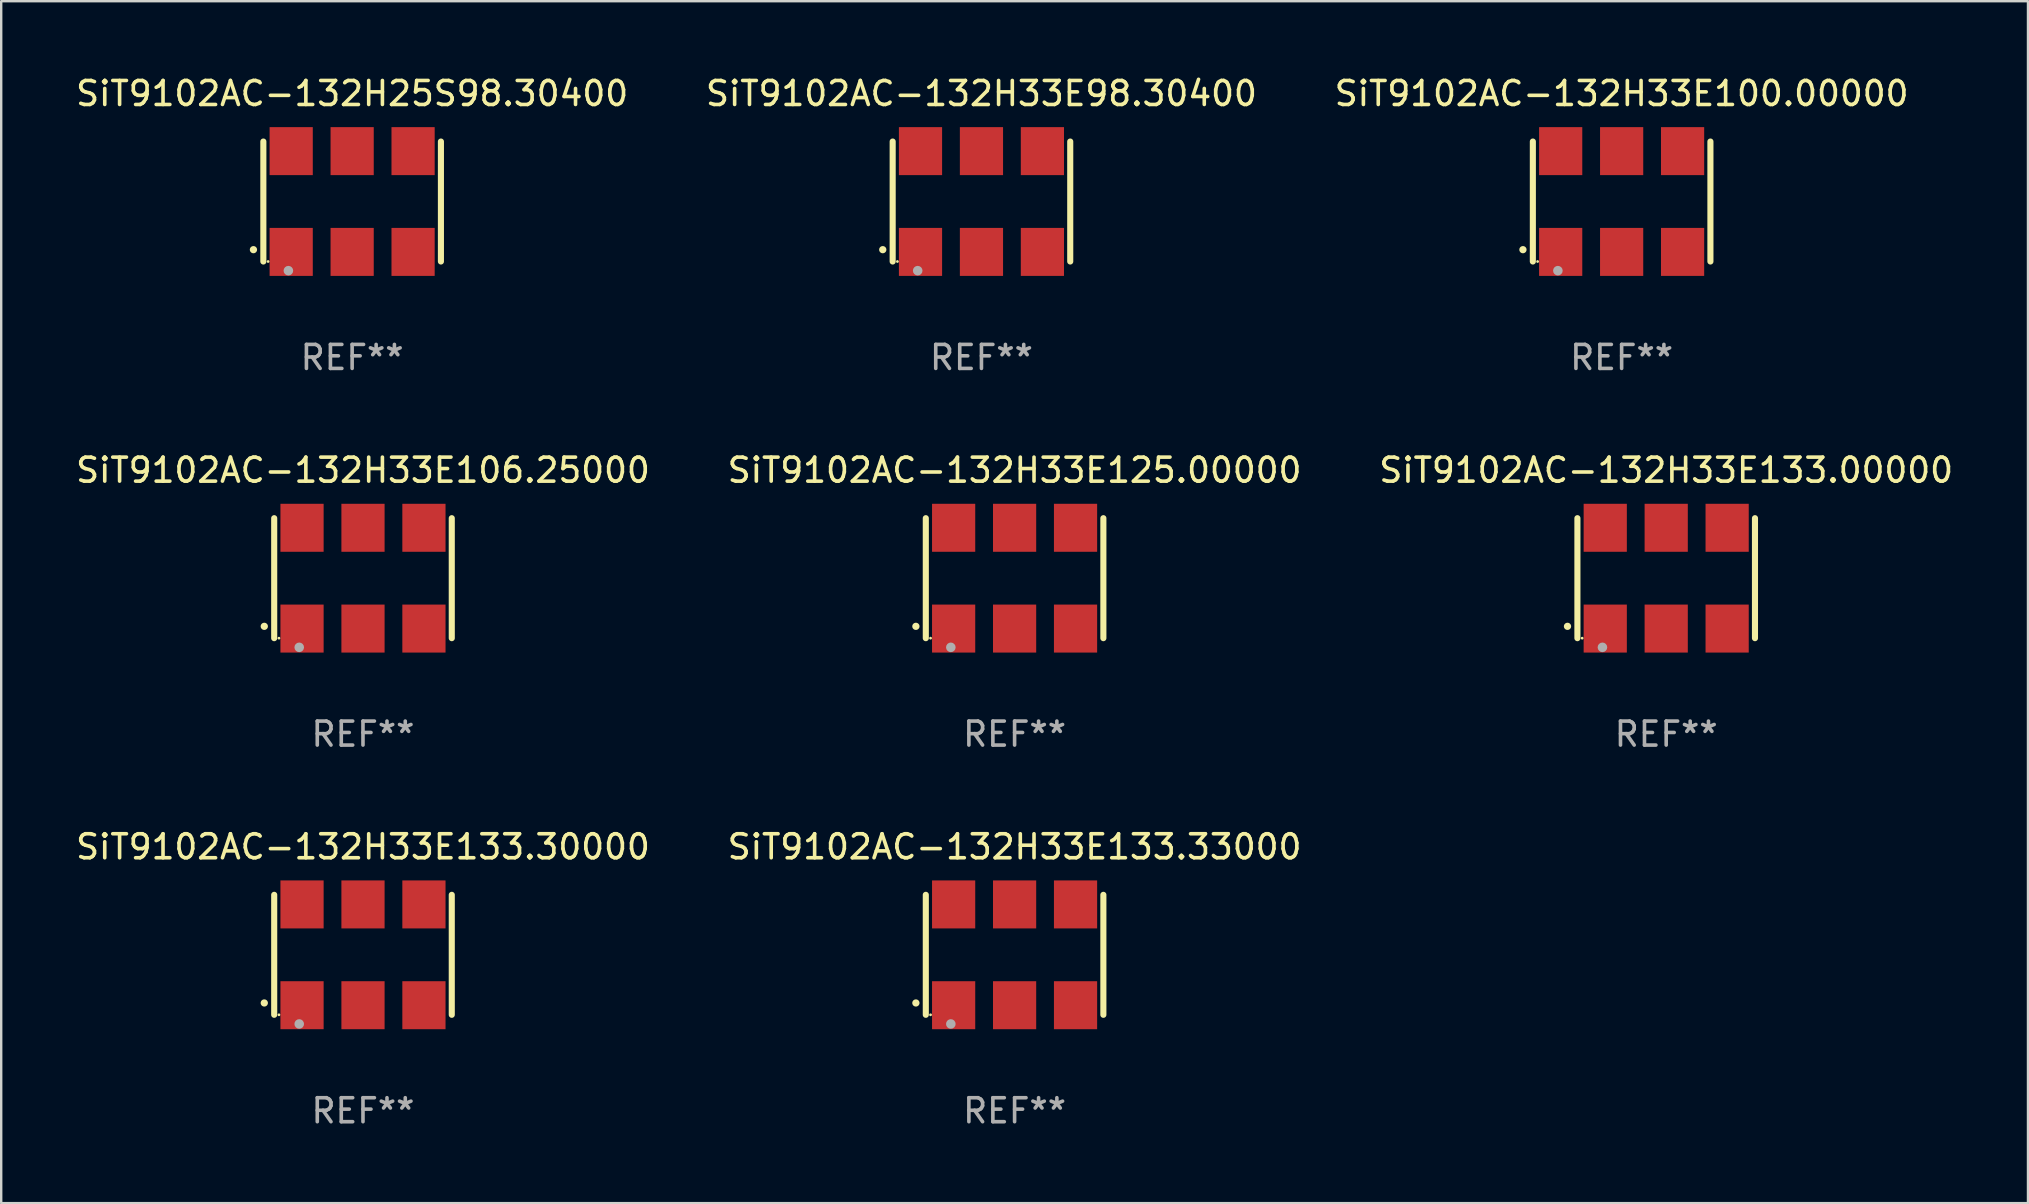
<source format=kicad_pcb>
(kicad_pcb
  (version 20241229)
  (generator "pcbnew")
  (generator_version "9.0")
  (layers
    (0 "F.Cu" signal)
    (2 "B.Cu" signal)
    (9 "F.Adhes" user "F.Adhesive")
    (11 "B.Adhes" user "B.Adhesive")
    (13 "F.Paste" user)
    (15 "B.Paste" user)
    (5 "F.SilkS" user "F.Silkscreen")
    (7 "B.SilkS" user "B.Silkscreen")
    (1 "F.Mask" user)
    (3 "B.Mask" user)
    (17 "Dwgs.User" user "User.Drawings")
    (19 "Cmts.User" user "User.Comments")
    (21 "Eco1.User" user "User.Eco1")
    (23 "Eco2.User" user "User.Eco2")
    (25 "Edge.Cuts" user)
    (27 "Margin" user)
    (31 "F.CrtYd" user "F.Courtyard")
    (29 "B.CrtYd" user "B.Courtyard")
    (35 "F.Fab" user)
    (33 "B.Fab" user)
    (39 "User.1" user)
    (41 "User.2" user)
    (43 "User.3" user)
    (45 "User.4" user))
  (footprint "SiT9102AC-132H33E98.30400"
    (layer "F.Cu")
    (at 37.851 5.348)
    (property "Reference" "SiT9102AC-132H33E98.30400" (at 0 -4.5 0) (layer "F.SilkS") (effects (font (size 1 1) (thickness 0.15))))
    (attr through_hole)
    (fp_line (start -3.7 -2.5) (end -3.7 2.5) (stroke (width 0.254) (type solid)) (layer "F.SilkS"))
    (fp_line (start 3.7 -2.5) (end 3.7 2.5) (stroke (width 0.254) (type solid)) (layer "F.SilkS"))
    (fp_arc (start -4.114415 2.006604) (mid -4.113145 2.006599) (end -4.111875 2.006604) (stroke (width 0.3) (type solid)) (layer "F.SilkS"))
    (fp_circle (center -3.502 2.5) (end -3.472 2.5) (stroke (width 0.06) (type solid)) (fill no) (layer "F.SilkS"))
    (fp_circle (center -2.657 2.882) (end -2.557 2.882) (stroke (width 0.2) (type solid)) (fill no) (layer "F.Fab"))
    (fp_text user "REF**" (at 0 6.5 0) (layer "F.Fab") (effects (font (size 1 1) (thickness 0.15))))
    (pad "1" smd rect (at -2.54 2.1) (size 1.8 2) (layers "F.Cu" "F.Mask" "F.Paste"))
    (pad "2" smd rect (at 0.000394 2.1) (size 1.8 2) (layers "F.Cu" "F.Mask" "F.Paste"))
    (pad "3" smd rect (at 2.54 2.1) (size 1.8 2) (layers "F.Cu" "F.Mask" "F.Paste"))
    (pad "4" smd rect (at 2.54 -2.1) (size 1.8 2) (layers "F.Cu" "F.Mask" "F.Paste"))
    (pad "5" smd rect (at 0.000394 -2.1) (size 1.8 2) (layers "F.Cu" "F.Mask" "F.Paste"))
    (pad "6" smd rect (at -2.54 -2.1) (size 1.8 2) (layers "F.Cu" "F.Mask" "F.Paste")))
  (footprint "SiT9102AC-132H33E125.00000"
    (layer "F.Cu")
    (at 39.232 21.045)
    (property "Reference" "SiT9102AC-132H33E125.00000" (at 0 -4.5 0) (layer "F.SilkS") (effects (font (size 1 1) (thickness 0.15))))
    (attr through_hole)
    (fp_line (start -3.7 -2.5) (end -3.7 2.5) (stroke (width 0.254) (type solid)) (layer "F.SilkS"))
    (fp_line (start 3.7 -2.5) (end 3.7 2.5) (stroke (width 0.254) (type solid)) (layer "F.SilkS"))
    (fp_arc (start -4.114415 2.006604) (mid -4.113145 2.006599) (end -4.111875 2.006604) (stroke (width 0.3) (type solid)) (layer "F.SilkS"))
    (fp_circle (center -3.502 2.5) (end -3.472 2.5) (stroke (width 0.06) (type solid)) (fill no) (layer "F.SilkS"))
    (fp_circle (center -2.657 2.882) (end -2.557 2.882) (stroke (width 0.2) (type solid)) (fill no) (layer "F.Fab"))
    (fp_text user "REF**" (at 0 6.5 0) (layer "F.Fab") (effects (font (size 1 1) (thickness 0.15))))
    (pad "1" smd rect (at -2.54 2.1) (size 1.8 2) (layers "F.Cu" "F.Mask" "F.Paste"))
    (pad "2" smd rect (at 0.000394 2.1) (size 1.8 2) (layers "F.Cu" "F.Mask" "F.Paste"))
    (pad "3" smd rect (at 2.54 2.1) (size 1.8 2) (layers "F.Cu" "F.Mask" "F.Paste"))
    (pad "4" smd rect (at 2.54 -2.1) (size 1.8 2) (layers "F.Cu" "F.Mask" "F.Paste"))
    (pad "5" smd rect (at 0.000394 -2.1) (size 1.8 2) (layers "F.Cu" "F.Mask" "F.Paste"))
    (pad "6" smd rect (at -2.54 -2.1) (size 1.8 2) (layers "F.Cu" "F.Mask" "F.Paste")))
  (footprint "SiT9102AC-132H33E133.30000"
    (layer "F.Cu")
    (at 12.077 36.741)
    (property "Reference" "SiT9102AC-132H33E133.30000" (at 0 -4.5 0) (layer "F.SilkS") (effects (font (size 1 1) (thickness 0.15))))
    (attr through_hole)
    (fp_line (start -3.7 -2.5) (end -3.7 2.5) (stroke (width 0.254) (type solid)) (layer "F.SilkS"))
    (fp_line (start 3.7 -2.5) (end 3.7 2.5) (stroke (width 0.254) (type solid)) (layer "F.SilkS"))
    (fp_arc (start -4.114415 2.006604) (mid -4.113145 2.006599) (end -4.111875 2.006604) (stroke (width 0.3) (type solid)) (layer "F.SilkS"))
    (fp_circle (center -3.502 2.5) (end -3.472 2.5) (stroke (width 0.06) (type solid)) (fill no) (layer "F.SilkS"))
    (fp_circle (center -2.657 2.882) (end -2.557 2.882) (stroke (width 0.2) (type solid)) (fill no) (layer "F.Fab"))
    (fp_text user "REF**" (at 0 6.5 0) (layer "F.Fab") (effects (font (size 1 1) (thickness 0.15))))
    (pad "1" smd rect (at -2.54 2.1) (size 1.8 2) (layers "F.Cu" "F.Mask" "F.Paste"))
    (pad "2" smd rect (at 0.000394 2.1) (size 1.8 2) (layers "F.Cu" "F.Mask" "F.Paste"))
    (pad "3" smd rect (at 2.54 2.1) (size 1.8 2) (layers "F.Cu" "F.Mask" "F.Paste"))
    (pad "4" smd rect (at 2.54 -2.1) (size 1.8 2) (layers "F.Cu" "F.Mask" "F.Paste"))
    (pad "5" smd rect (at 0.000394 -2.1) (size 1.8 2) (layers "F.Cu" "F.Mask" "F.Paste"))
    (pad "6" smd rect (at -2.54 -2.1) (size 1.8 2) (layers "F.Cu" "F.Mask" "F.Paste")))
  (footprint "SiT9102AC-132H33E133.33000"
    (layer "F.Cu")
    (at 39.232 36.741)
    (property "Reference" "SiT9102AC-132H33E133.33000" (at 0 -4.5 0) (layer "F.SilkS") (effects (font (size 1 1) (thickness 0.15))))
    (attr through_hole)
    (fp_line (start -3.7 -2.5) (end -3.7 2.5) (stroke (width 0.254) (type solid)) (layer "F.SilkS"))
    (fp_line (start 3.7 -2.5) (end 3.7 2.5) (stroke (width 0.254) (type solid)) (layer "F.SilkS"))
    (fp_arc (start -4.114415 2.006604) (mid -4.113145 2.006599) (end -4.111875 2.006604) (stroke (width 0.3) (type solid)) (layer "F.SilkS"))
    (fp_circle (center -3.502 2.5) (end -3.472 2.5) (stroke (width 0.06) (type solid)) (fill no) (layer "F.SilkS"))
    (fp_circle (center -2.657 2.882) (end -2.557 2.882) (stroke (width 0.2) (type solid)) (fill no) (layer "F.Fab"))
    (fp_text user "REF**" (at 0 6.5 0) (layer "F.Fab") (effects (font (size 1 1) (thickness 0.15))))
    (pad "1" smd rect (at -2.54 2.1) (size 1.8 2) (layers "F.Cu" "F.Mask" "F.Paste"))
    (pad "2" smd rect (at 0.000394 2.1) (size 1.8 2) (layers "F.Cu" "F.Mask" "F.Paste"))
    (pad "3" smd rect (at 2.54 2.1) (size 1.8 2) (layers "F.Cu" "F.Mask" "F.Paste"))
    (pad "4" smd rect (at 2.54 -2.1) (size 1.8 2) (layers "F.Cu" "F.Mask" "F.Paste"))
    (pad "5" smd rect (at 0.000394 -2.1) (size 1.8 2) (layers "F.Cu" "F.Mask" "F.Paste"))
    (pad "6" smd rect (at -2.54 -2.1) (size 1.8 2) (layers "F.Cu" "F.Mask" "F.Paste")))
  (footprint "SiT9102AC-132H25S98.30400"
    (layer "F.Cu")
    (at 11.625 5.348)
    (property "Reference" "SiT9102AC-132H25S98.30400" (at 0 -4.5 0) (layer "F.SilkS") (effects (font (size 1 1) (thickness 0.15))))
    (attr through_hole)
    (fp_line (start -3.7 -2.5) (end -3.7 2.5) (stroke (width 0.254) (type solid)) (layer "F.SilkS"))
    (fp_line (start 3.7 -2.5) (end 3.7 2.5) (stroke (width 0.254) (type solid)) (layer "F.SilkS"))
    (fp_arc (start -4.114415 2.006604) (mid -4.113145 2.006599) (end -4.111875 2.006604) (stroke (width 0.3) (type solid)) (layer "F.SilkS"))
    (fp_circle (center -3.502 2.5) (end -3.472 2.5) (stroke (width 0.06) (type solid)) (fill no) (layer "F.SilkS"))
    (fp_circle (center -2.657 2.882) (end -2.557 2.882) (stroke (width 0.2) (type solid)) (fill no) (layer "F.Fab"))
    (fp_text user "REF**" (at 0 6.5 0) (layer "F.Fab") (effects (font (size 1 1) (thickness 0.15))))
    (pad "1" smd rect (at -2.54 2.1) (size 1.8 2) (layers "F.Cu" "F.Mask" "F.Paste"))
    (pad "2" smd rect (at 0.000394 2.1) (size 1.8 2) (layers "F.Cu" "F.Mask" "F.Paste"))
    (pad "3" smd rect (at 2.54 2.1) (size 1.8 2) (layers "F.Cu" "F.Mask" "F.Paste"))
    (pad "4" smd rect (at 2.54 -2.1) (size 1.8 2) (layers "F.Cu" "F.Mask" "F.Paste"))
    (pad "5" smd rect (at 0.000394 -2.1) (size 1.8 2) (layers "F.Cu" "F.Mask" "F.Paste"))
    (pad "6" smd rect (at -2.54 -2.1) (size 1.8 2) (layers "F.Cu" "F.Mask" "F.Paste")))
  (footprint "SiT9102AC-132H33E100.00000"
    (layer "F.Cu")
    (at 64.53 5.348)
    (property "Reference" "SiT9102AC-132H33E100.00000" (at 0 -4.5 0) (layer "F.SilkS") (effects (font (size 1 1) (thickness 0.15))))
    (attr through_hole)
    (fp_line (start -3.7 -2.5) (end -3.7 2.5) (stroke (width 0.254) (type solid)) (layer "F.SilkS"))
    (fp_line (start 3.7 -2.5) (end 3.7 2.5) (stroke (width 0.254) (type solid)) (layer "F.SilkS"))
    (fp_arc (start -4.114415 2.006604) (mid -4.113145 2.006599) (end -4.111875 2.006604) (stroke (width 0.3) (type solid)) (layer "F.SilkS"))
    (fp_circle (center -3.502 2.5) (end -3.472 2.5) (stroke (width 0.06) (type solid)) (fill no) (layer "F.SilkS"))
    (fp_circle (center -2.657 2.882) (end -2.557 2.882) (stroke (width 0.2) (type solid)) (fill no) (layer "F.Fab"))
    (fp_text user "REF**" (at 0 6.5 0) (layer "F.Fab") (effects (font (size 1 1) (thickness 0.15))))
    (pad "1" smd rect (at -2.54 2.1) (size 1.8 2) (layers "F.Cu" "F.Mask" "F.Paste"))
    (pad "2" smd rect (at 0.000394 2.1) (size 1.8 2) (layers "F.Cu" "F.Mask" "F.Paste"))
    (pad "3" smd rect (at 2.54 2.1) (size 1.8 2) (layers "F.Cu" "F.Mask" "F.Paste"))
    (pad "4" smd rect (at 2.54 -2.1) (size 1.8 2) (layers "F.Cu" "F.Mask" "F.Paste"))
    (pad "5" smd rect (at 0.000394 -2.1) (size 1.8 2) (layers "F.Cu" "F.Mask" "F.Paste"))
    (pad "6" smd rect (at -2.54 -2.1) (size 1.8 2) (layers "F.Cu" "F.Mask" "F.Paste")))
  (footprint "SiT9102AC-132H33E106.25000"
    (layer "F.Cu")
    (at 12.077 21.045)
    (property "Reference" "SiT9102AC-132H33E106.25000" (at 0 -4.5 0) (layer "F.SilkS") (effects (font (size 1 1) (thickness 0.15))))
    (attr through_hole)
    (fp_line (start -3.7 -2.5) (end -3.7 2.5) (stroke (width 0.254) (type solid)) (layer "F.SilkS"))
    (fp_line (start 3.7 -2.5) (end 3.7 2.5) (stroke (width 0.254) (type solid)) (layer "F.SilkS"))
    (fp_arc (start -4.114415 2.006604) (mid -4.113145 2.006599) (end -4.111875 2.006604) (stroke (width 0.3) (type solid)) (layer "F.SilkS"))
    (fp_circle (center -3.502 2.5) (end -3.472 2.5) (stroke (width 0.06) (type solid)) (fill no) (layer "F.SilkS"))
    (fp_circle (center -2.657 2.882) (end -2.557 2.882) (stroke (width 0.2) (type solid)) (fill no) (layer "F.Fab"))
    (fp_text user "REF**" (at 0 6.5 0) (layer "F.Fab") (effects (font (size 1 1) (thickness 0.15))))
    (pad "1" smd rect (at -2.54 2.1) (size 1.8 2) (layers "F.Cu" "F.Mask" "F.Paste"))
    (pad "2" smd rect (at 0.000394 2.1) (size 1.8 2) (layers "F.Cu" "F.Mask" "F.Paste"))
    (pad "3" smd rect (at 2.54 2.1) (size 1.8 2) (layers "F.Cu" "F.Mask" "F.Paste"))
    (pad "4" smd rect (at 2.54 -2.1) (size 1.8 2) (layers "F.Cu" "F.Mask" "F.Paste"))
    (pad "5" smd rect (at 0.000394 -2.1) (size 1.8 2) (layers "F.Cu" "F.Mask" "F.Paste"))
    (pad "6" smd rect (at -2.54 -2.1) (size 1.8 2) (layers "F.Cu" "F.Mask" "F.Paste")))
  (footprint "SiT9102AC-132H33E133.00000"
    (layer "F.Cu")
    (at 66.387 21.045)
    (property "Reference" "SiT9102AC-132H33E133.00000" (at 0 -4.5 0) (layer "F.SilkS") (effects (font (size 1 1) (thickness 0.15))))
    (attr through_hole)
    (fp_line (start -3.7 -2.5) (end -3.7 2.5) (stroke (width 0.254) (type solid)) (layer "F.SilkS"))
    (fp_line (start 3.7 -2.5) (end 3.7 2.5) (stroke (width 0.254) (type solid)) (layer "F.SilkS"))
    (fp_arc (start -4.114415 2.006604) (mid -4.113145 2.006599) (end -4.111875 2.006604) (stroke (width 0.3) (type solid)) (layer "F.SilkS"))
    (fp_circle (center -3.502 2.5) (end -3.472 2.5) (stroke (width 0.06) (type solid)) (fill no) (layer "F.SilkS"))
    (fp_circle (center -2.657 2.882) (end -2.557 2.882) (stroke (width 0.2) (type solid)) (fill no) (layer "F.Fab"))
    (fp_text user "REF**" (at 0 6.5 0) (layer "F.Fab") (effects (font (size 1 1) (thickness 0.15))))
    (pad "1" smd rect (at -2.54 2.1) (size 1.8 2) (layers "F.Cu" "F.Mask" "F.Paste"))
    (pad "2" smd rect (at 0.000394 2.1) (size 1.8 2) (layers "F.Cu" "F.Mask" "F.Paste"))
    (pad "3" smd rect (at 2.54 2.1) (size 1.8 2) (layers "F.Cu" "F.Mask" "F.Paste"))
    (pad "4" smd rect (at 2.54 -2.1) (size 1.8 2) (layers "F.Cu" "F.Mask" "F.Paste"))
    (pad "5" smd rect (at 0.000394 -2.1) (size 1.8 2) (layers "F.Cu" "F.Mask" "F.Paste"))
    (pad "6" smd rect (at -2.54 -2.1) (size 1.8 2) (layers "F.Cu" "F.Mask" "F.Paste")))
  (gr_rect
    (start -3 -3)
    (end 81.464 47.09)
    (stroke (width 0.1) (type default))
    (fill no)
    (layer "Edge.Cuts")))
</source>
